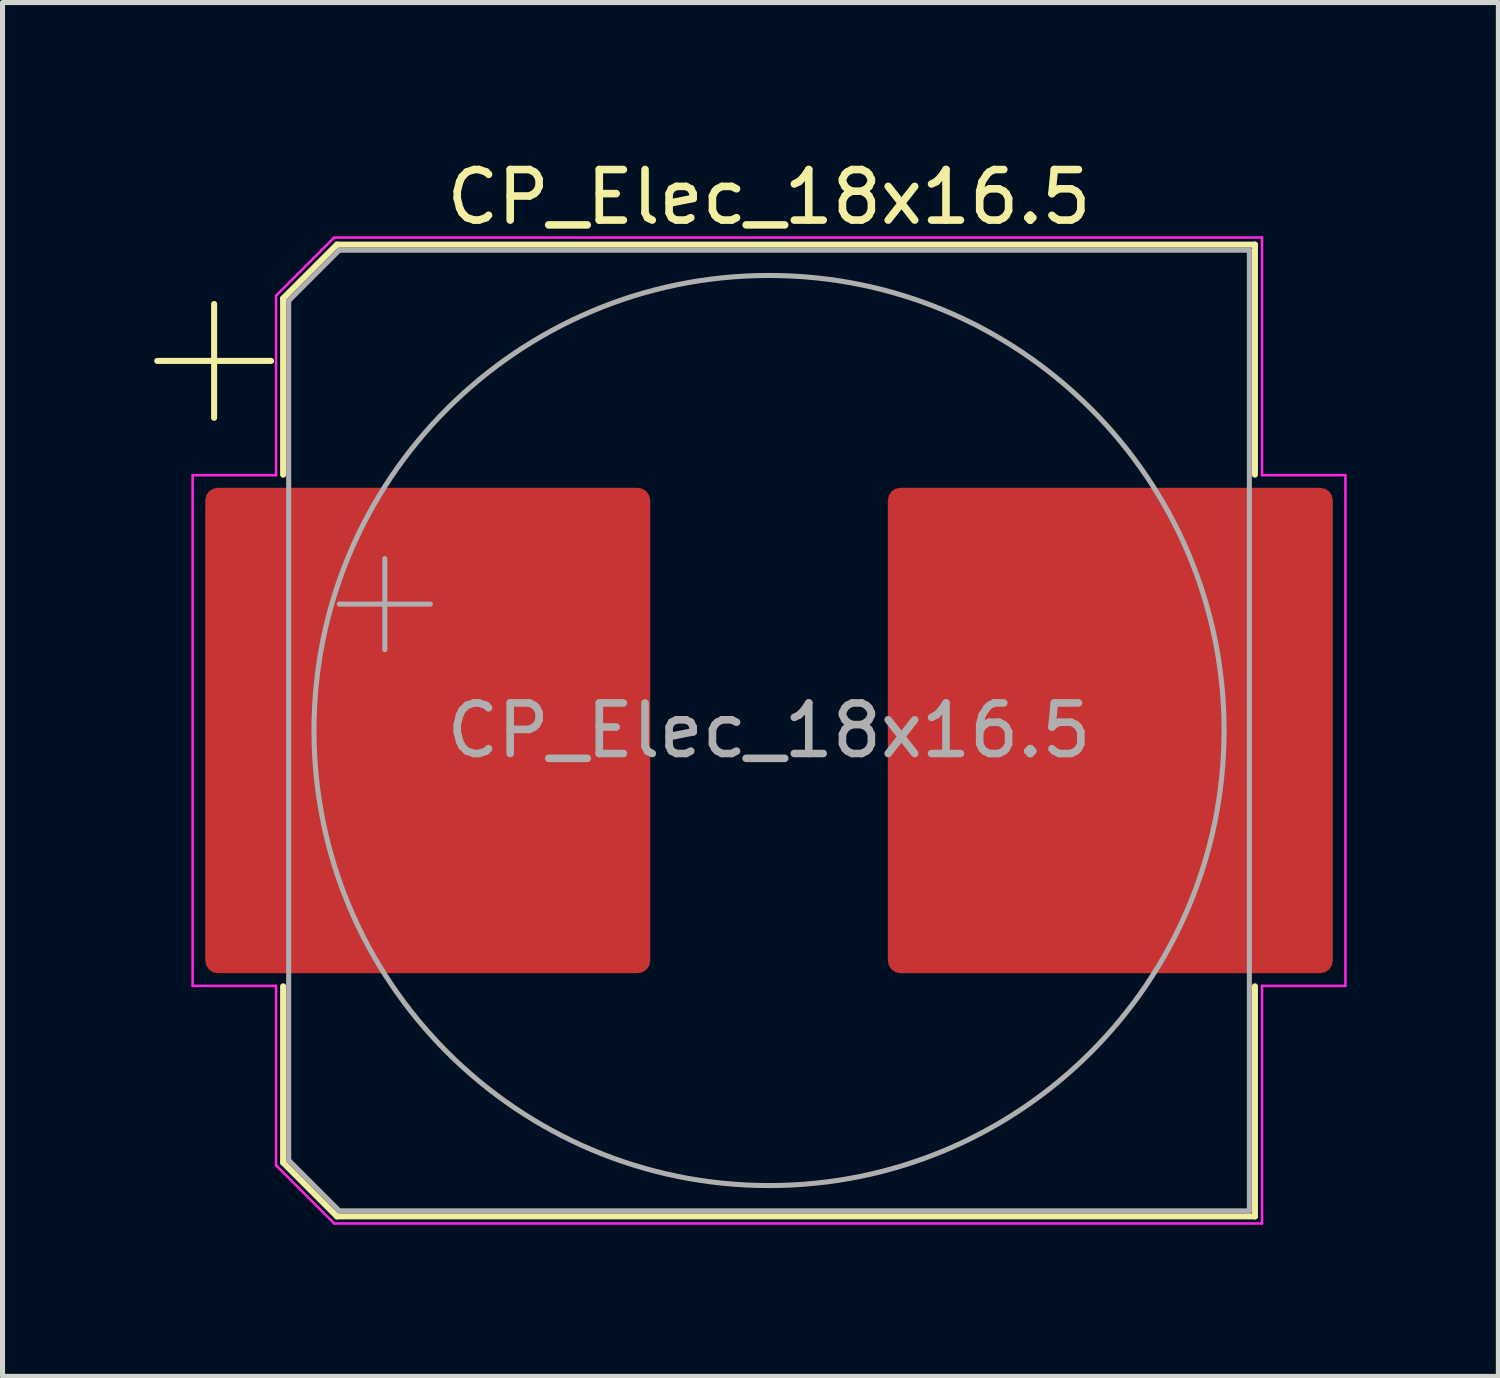
<source format=kicad_pcb>
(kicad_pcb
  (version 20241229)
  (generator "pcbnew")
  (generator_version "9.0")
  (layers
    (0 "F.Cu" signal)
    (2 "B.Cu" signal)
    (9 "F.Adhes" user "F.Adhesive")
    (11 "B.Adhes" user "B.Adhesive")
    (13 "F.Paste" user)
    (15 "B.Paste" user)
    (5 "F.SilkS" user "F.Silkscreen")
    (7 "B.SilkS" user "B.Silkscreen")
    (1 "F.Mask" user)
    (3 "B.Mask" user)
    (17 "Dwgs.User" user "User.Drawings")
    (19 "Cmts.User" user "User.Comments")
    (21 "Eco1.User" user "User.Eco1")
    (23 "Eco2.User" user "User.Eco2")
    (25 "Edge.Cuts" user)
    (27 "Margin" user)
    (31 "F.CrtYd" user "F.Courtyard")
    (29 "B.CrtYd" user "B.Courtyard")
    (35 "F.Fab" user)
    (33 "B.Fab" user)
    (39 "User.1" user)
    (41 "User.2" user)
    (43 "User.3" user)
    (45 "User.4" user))
  (footprint "CP_Elec_18x16.5"
    (layer "F.Cu")
    (at 12.16 11.398)
    (property "Reference" "CP_Elec_18x16.5" (at 0 -10.55 0) (layer "F.SilkS") (effects (font (size 1 1) (thickness 0.15))))
    (attr smd)
    (fp_line (start -12.1 -7.31) (end -9.85 -7.31) (stroke (width 0.12) (type solid)) (layer "F.SilkS"))
    (fp_line (start -10.975 -8.435) (end -10.975 -6.185) (stroke (width 0.12) (type solid)) (layer "F.SilkS"))
    (fp_line (start -9.61 -8.546) (end -9.61 -5.06) (stroke (width 0.12) (type solid)) (layer "F.SilkS"))
    (fp_line (start -9.61 -8.546) (end -8.546 -9.61) (stroke (width 0.12) (type solid)) (layer "F.SilkS"))
    (fp_line (start -9.61 8.546) (end -9.61 5.06) (stroke (width 0.12) (type solid)) (layer "F.SilkS"))
    (fp_line (start -9.61 8.546) (end -8.546 9.61) (stroke (width 0.12) (type solid)) (layer "F.SilkS"))
    (fp_line (start -8.546 -9.61) (end 9.61 -9.61) (stroke (width 0.12) (type solid)) (layer "F.SilkS"))
    (fp_line (start -8.546 9.61) (end 9.61 9.61) (stroke (width 0.12) (type solid)) (layer "F.SilkS"))
    (fp_line (start 9.61 -9.61) (end 9.61 -5.06) (stroke (width 0.12) (type solid)) (layer "F.SilkS"))
    (fp_line (start 9.61 9.61) (end 9.61 5.06) (stroke (width 0.12) (type solid)) (layer "F.SilkS"))
    (fp_line (start -11.4 -5.05) (end -11.4 5.05) (stroke (width 0.05) (type solid)) (layer "F.CrtYd"))
    (fp_line (start -11.4 5.05) (end -9.75 5.05) (stroke (width 0.05) (type solid)) (layer "F.CrtYd"))
    (fp_line (start -9.75 -8.6) (end -9.75 -5.05) (stroke (width 0.05) (type solid)) (layer "F.CrtYd"))
    (fp_line (start -9.75 -8.6) (end -8.6 -9.75) (stroke (width 0.05) (type solid)) (layer "F.CrtYd"))
    (fp_line (start -9.75 -5.05) (end -11.4 -5.05) (stroke (width 0.05) (type solid)) (layer "F.CrtYd"))
    (fp_line (start -9.75 5.05) (end -9.75 8.6) (stroke (width 0.05) (type solid)) (layer "F.CrtYd"))
    (fp_line (start -9.75 8.6) (end -8.6 9.75) (stroke (width 0.05) (type solid)) (layer "F.CrtYd"))
    (fp_line (start -8.6 -9.75) (end 9.75 -9.75) (stroke (width 0.05) (type solid)) (layer "F.CrtYd"))
    (fp_line (start -8.6 9.75) (end 9.75 9.75) (stroke (width 0.05) (type solid)) (layer "F.CrtYd"))
    (fp_line (start 9.75 -9.75) (end 9.75 -5.05) (stroke (width 0.05) (type solid)) (layer "F.CrtYd"))
    (fp_line (start 9.75 -5.05) (end 11.4 -5.05) (stroke (width 0.05) (type solid)) (layer "F.CrtYd"))
    (fp_line (start 9.75 5.05) (end 9.75 9.75) (stroke (width 0.05) (type solid)) (layer "F.CrtYd"))
    (fp_line (start 11.4 -5.05) (end 11.4 5.05) (stroke (width 0.05) (type solid)) (layer "F.CrtYd"))
    (fp_line (start 11.4 5.05) (end 9.75 5.05) (stroke (width 0.05) (type solid)) (layer "F.CrtYd"))
    (fp_line (start -9.5 -8.5) (end -9.5 8.5) (stroke (width 0.1) (type solid)) (layer "F.Fab"))
    (fp_line (start -9.5 -8.5) (end -8.5 -9.5) (stroke (width 0.1) (type solid)) (layer "F.Fab"))
    (fp_line (start -9.5 8.5) (end -8.5 9.5) (stroke (width 0.1) (type solid)) (layer "F.Fab"))
    (fp_line (start -8.5 -9.5) (end 9.5 -9.5) (stroke (width 0.1) (type solid)) (layer "F.Fab"))
    (fp_line (start -8.5 9.5) (end 9.5 9.5) (stroke (width 0.1) (type solid)) (layer "F.Fab"))
    (fp_line (start -8.499 -2.5) (end -6.699 -2.5) (stroke (width 0.1) (type solid)) (layer "F.Fab"))
    (fp_line (start -7.599 -3.4) (end -7.599 -1.6) (stroke (width 0.1) (type solid)) (layer "F.Fab"))
    (fp_line (start 9.5 -9.5) (end 9.5 9.5) (stroke (width 0.1) (type solid)) (layer "F.Fab"))
    (fp_circle (center 0 0) (end 9 0) (stroke (width 0.1) (type solid)) (fill no) (layer "F.Fab"))
    (fp_text user "${REFERENCE}" (at 0 0 0) (layer "F.Fab") (effects (font (size 1 1) (thickness 0.15))))
    (pad "1" smd roundrect (at -6.75 0) (size 8.8 9.6) (layers "F.Cu" "F.Mask" "F.Paste") (roundrect_rratio 0.028))
    (pad "2" smd roundrect (at 6.75 0) (size 8.8 9.6) (layers "F.Cu" "F.Mask" "F.Paste") (roundrect_rratio 0.028)))
  (gr_rect
    (start -3 -3)
    (end 26.585 24.173)
    (stroke (width 0.1) (type default))
    (fill no)
    (layer "Edge.Cuts")))
</source>
